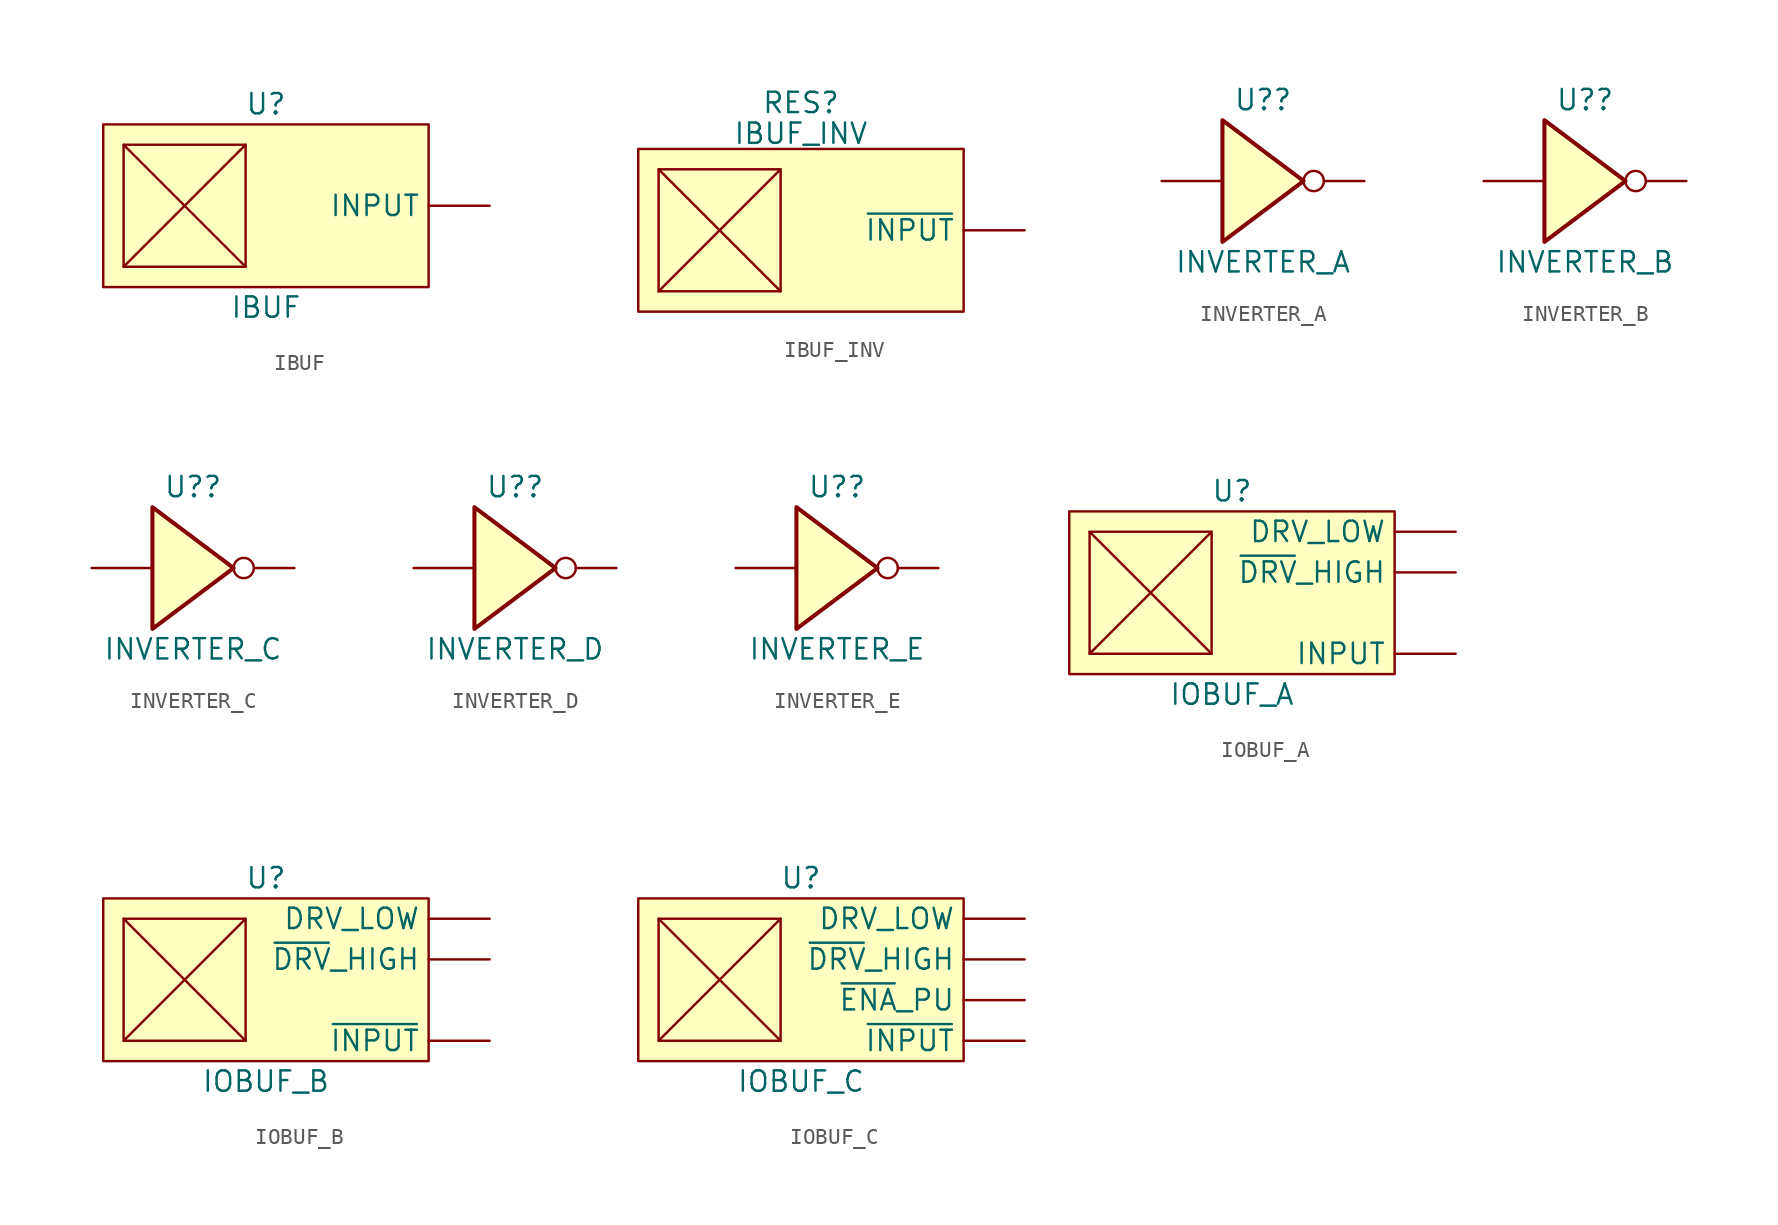
<source format=kicad_sym>
(kicad_symbol_lib
  (version 20220914)
  (generator kicad_symbol_editor)
  (symbol "IBUF"
    (pin_numbers hide)
    (property "Reference" "U"
      (at 0 6.35 0)
      (effects (font (size 1.27 1.27))))
    (property "Value" "IBUF"
      (at 0 -6.35 0)
      (effects (font (size 1.27 1.27))))
    (symbol "IBUF_0_1"
      (rectangle (start -10.16 5.08) (end 10.16 -5.08) (stroke (width 0) (type default)) (fill (type background)))
      (rectangle (start -8.89 3.81) (end -1.27 -3.81) (stroke (width 0) (type default)) (fill (type none)))
      (polyline (pts (xy -8.89 -3.81) (xy -1.27 3.81)) (stroke (width 0) (type default)) (fill (type none)))
      (polyline (pts (xy -1.27 -3.81) (xy -8.89 3.81)) (stroke (width 0) (type default)) (fill (type none))))
    (symbol "IBUF_1_1"
      (pin output line (at 13.97 0 180) (length 3.81) (name "INPUT" (effects (font (size 1.27 1.27)))) (number "1" (effects (font (size 1.27 1.27)))))))
  (symbol "IBUF_INV"
    (pin_numbers hide)
    (property "Reference" "RES"
      (at 0 7.963 0)
      (effects (font (size 1.27 1.27))))
    (property "Value" "IBUF_INV"
      (at 0 6.042 0)
      (effects (font (size 1.27 1.27))))
    (symbol "IBUF_INV_0_1"
      (rectangle (start -10.16 5.08) (end 10.16 -5.08) (stroke (width 0) (type default)) (fill (type background)))
      (rectangle (start -8.89 3.81) (end -1.27 -3.81) (stroke (width 0) (type default)) (fill (type none)))
      (polyline (pts (xy -8.89 -3.81) (xy -1.27 3.81)) (stroke (width 0) (type default)) (fill (type none)))
      (polyline (pts (xy -1.27 -3.81) (xy -8.89 3.81)) (stroke (width 0) (type default)) (fill (type none))))
    (symbol "IBUF_INV_1_1"
      (pin output line (at 13.97 0 180) (length 3.81) (name "~{INPUT}" (effects (font (size 1.27 1.27)))) (number "1" (effects (font (size 1.27 1.27)))))))
  (symbol "INVERTER_A"
    (pin_numbers hide)
    (pin_names hide)
    (property "Reference" "U?"
      (at 0 5.08 0)
      (effects (font (size 1.27 1.27))))
    (property "Value" "INVERTER_A"
      (at 0 -5.08 0)
      (effects (font (size 1.27 1.27))))
    (symbol "INVERTER_A_1_0"
      (polyline (pts (xy -2.54 3.81) (xy -2.54 -3.81) (xy 2.54 0) (xy -2.54 3.81)) (stroke (width 0.254) (type default)) (fill (type background)))
      (pin input line (at -6.35 0 0) (length 3.81) (name "~" (effects (font (size 1.27 1.27)))) (number "1" (effects (font (size 1.27 1.27)))))
      (pin output inverted (at 6.35 0 180) (length 3.81) (name "~" (effects (font (size 1.27 1.27)))) (number "2" (effects (font (size 1.27 1.27)))))))
  (symbol "INVERTER_B"
    (pin_numbers hide)
    (pin_names hide)
    (property "Reference" "U?"
      (at 0 5.08 0)
      (effects (font (size 1.27 1.27))))
    (property "Value" "INVERTER_B"
      (at 0 -5.08 0)
      (effects (font (size 1.27 1.27))))
    (symbol "INVERTER_B_1_0"
      (polyline (pts (xy -2.54 3.81) (xy -2.54 -3.81) (xy 2.54 0) (xy -2.54 3.81)) (stroke (width 0.254) (type default)) (fill (type background)))
      (pin input line (at -6.35 0 0) (length 3.81) (name "~" (effects (font (size 1.27 1.27)))) (number "1" (effects (font (size 1.27 1.27)))))
      (pin output inverted (at 6.35 0 180) (length 3.81) (name "~" (effects (font (size 1.27 1.27)))) (number "2" (effects (font (size 1.27 1.27)))))))
  (symbol "INVERTER_C"
    (pin_numbers hide)
    (pin_names hide)
    (property "Reference" "U?"
      (at 0 5.08 0)
      (effects (font (size 1.27 1.27))))
    (property "Value" "INVERTER_C"
      (at 0 -5.08 0)
      (effects (font (size 1.27 1.27))))
    (symbol "INVERTER_C_1_0"
      (polyline (pts (xy -2.54 3.81) (xy -2.54 -3.81) (xy 2.54 0) (xy -2.54 3.81)) (stroke (width 0.254) (type default)) (fill (type background)))
      (pin input line (at -6.35 0 0) (length 3.81) (name "~" (effects (font (size 1.27 1.27)))) (number "1" (effects (font (size 1.27 1.27)))))
      (pin output inverted (at 6.35 0 180) (length 3.81) (name "~" (effects (font (size 1.27 1.27)))) (number "2" (effects (font (size 1.27 1.27)))))))
  (symbol "INVERTER_D"
    (pin_numbers hide)
    (pin_names hide)
    (property "Reference" "U?"
      (at 0 5.08 0)
      (effects (font (size 1.27 1.27))))
    (property "Value" "INVERTER_D"
      (at 0 -5.08 0)
      (effects (font (size 1.27 1.27))))
    (symbol "INVERTER_D_1_0"
      (polyline (pts (xy -2.54 3.81) (xy -2.54 -3.81) (xy 2.54 0) (xy -2.54 3.81)) (stroke (width 0.254) (type default)) (fill (type background)))
      (pin input line (at -6.35 0 0) (length 3.81) (name "~" (effects (font (size 1.27 1.27)))) (number "1" (effects (font (size 1.27 1.27)))))
      (pin output inverted (at 6.35 0 180) (length 3.81) (name "~" (effects (font (size 1.27 1.27)))) (number "2" (effects (font (size 1.27 1.27)))))))
  (symbol "INVERTER_E"
    (pin_numbers hide)
    (pin_names hide)
    (property "Reference" "U?"
      (at 0 5.08 0)
      (effects (font (size 1.27 1.27))))
    (property "Value" "INVERTER_E"
      (at 0 -5.08 0)
      (effects (font (size 1.27 1.27))))
    (symbol "INVERTER_E_1_0"
      (polyline (pts (xy -2.54 3.81) (xy -2.54 -3.81) (xy 2.54 0) (xy -2.54 3.81)) (stroke (width 0.254) (type default)) (fill (type background)))
      (pin input line (at -6.35 0 0) (length 3.81) (name "~" (effects (font (size 1.27 1.27)))) (number "1" (effects (font (size 1.27 1.27)))))
      (pin output inverted (at 6.35 0 180) (length 3.81) (name "~" (effects (font (size 1.27 1.27)))) (number "2" (effects (font (size 1.27 1.27)))))))
  (symbol "IOBUF_A"
    (pin_numbers hide)
    (property "Reference" "U"
      (at 0 6.35 0)
      (effects (font (size 1.27 1.27))))
    (property "Value" "IOBUF_A"
      (at 0 -6.35 0)
      (effects (font (size 1.27 1.27))))
    (symbol "IOBUF_A_0_1"
      (rectangle (start -10.16 5.08) (end 10.16 -5.08) (stroke (width 0) (type default)) (fill (type background)))
      (rectangle (start -8.89 3.81) (end -1.27 -3.81) (stroke (width 0) (type default)) (fill (type none)))
      (polyline (pts (xy -8.89 -3.81) (xy -1.27 3.81)) (stroke (width 0) (type default)) (fill (type none)))
      (polyline (pts (xy -1.27 -3.81) (xy -8.89 3.81)) (stroke (width 0) (type default)) (fill (type none))))
    (symbol "IOBUF_A_1_1"
      (pin input line (at 13.97 3.81 180) (length 3.81) (name "DRV_LOW" (effects (font (size 1.27 1.27)))) (number "1" (effects (font (size 1.27 1.27)))))
      (pin output line (at 13.97 -3.81 180) (length 3.81) (name "INPUT" (effects (font (size 1.27 1.27)))) (number "2" (effects (font (size 1.27 1.27)))))
      (pin input line (at 13.97 1.27 180) (length 3.81) (name "~{DRV}_HIGH" (effects (font (size 1.27 1.27)))) (number "3" (effects (font (size 1.27 1.27)))))))
  (symbol "IOBUF_B"
    (pin_numbers hide)
    (property "Reference" "U"
      (at 0 6.35 0)
      (effects (font (size 1.27 1.27))))
    (property "Value" "IOBUF_B"
      (at 0 -6.35 0)
      (effects (font (size 1.27 1.27))))
    (symbol "IOBUF_B_0_1"
      (rectangle (start -10.16 5.08) (end 10.16 -5.08) (stroke (width 0) (type default)) (fill (type background)))
      (rectangle (start -8.89 3.81) (end -1.27 -3.81) (stroke (width 0) (type default)) (fill (type none)))
      (polyline (pts (xy -8.89 -3.81) (xy -1.27 3.81)) (stroke (width 0) (type default)) (fill (type none)))
      (polyline (pts (xy -1.27 -3.81) (xy -8.89 3.81)) (stroke (width 0) (type default)) (fill (type none))))
    (symbol "IOBUF_B_1_1"
      (pin input line (at 13.97 3.81 180) (length 3.81) (name "DRV_LOW" (effects (font (size 1.27 1.27)))) (number "1" (effects (font (size 1.27 1.27)))))
      (pin output line (at 13.97 -3.81 180) (length 3.81) (name "~{INPUT}" (effects (font (size 1.27 1.27)))) (number "2" (effects (font (size 1.27 1.27)))))
      (pin input line (at 13.97 1.27 180) (length 3.81) (name "~{DRV}_HIGH" (effects (font (size 1.27 1.27)))) (number "4" (effects (font (size 1.27 1.27)))))))
  (symbol "IOBUF_C"
    (pin_numbers hide)
    (property "Reference" "U"
      (at 0 6.35 0)
      (effects (font (size 1.27 1.27))))
    (property "Value" "IOBUF_C"
      (at 0 -6.35 0)
      (effects (font (size 1.27 1.27))))
    (symbol "IOBUF_C_0_1"
      (rectangle (start -10.16 5.08) (end 10.16 -5.08) (stroke (width 0) (type default)) (fill (type background)))
      (rectangle (start -8.89 3.81) (end -1.27 -3.81) (stroke (width 0) (type default)) (fill (type none)))
      (polyline (pts (xy -8.89 -3.81) (xy -1.27 3.81)) (stroke (width 0) (type default)) (fill (type none)))
      (polyline (pts (xy -1.27 -3.81) (xy -8.89 3.81)) (stroke (width 0) (type default)) (fill (type none))))
    (symbol "IOBUF_C_1_1"
      (pin input line (at 13.97 3.81 180) (length 3.81) (name "DRV_LOW" (effects (font (size 1.27 1.27)))) (number "1" (effects (font (size 1.27 1.27)))))
      (pin output line (at 13.97 -3.81 180) (length 3.81) (name "~{INPUT}" (effects (font (size 1.27 1.27)))) (number "2" (effects (font (size 1.27 1.27)))))
      (pin input line (at 13.97 -1.27 180) (length 3.81) (name "~{ENA}_PU" (effects (font (size 1.27 1.27)))) (number "3" (effects (font (size 1.27 1.27)))))
      (pin input line (at 13.97 1.27 180) (length 3.81) (name "~{DRV}_HIGH" (effects (font (size 1.27 1.27)))) (number "4" (effects (font (size 1.27 1.27))))))))
</source>
